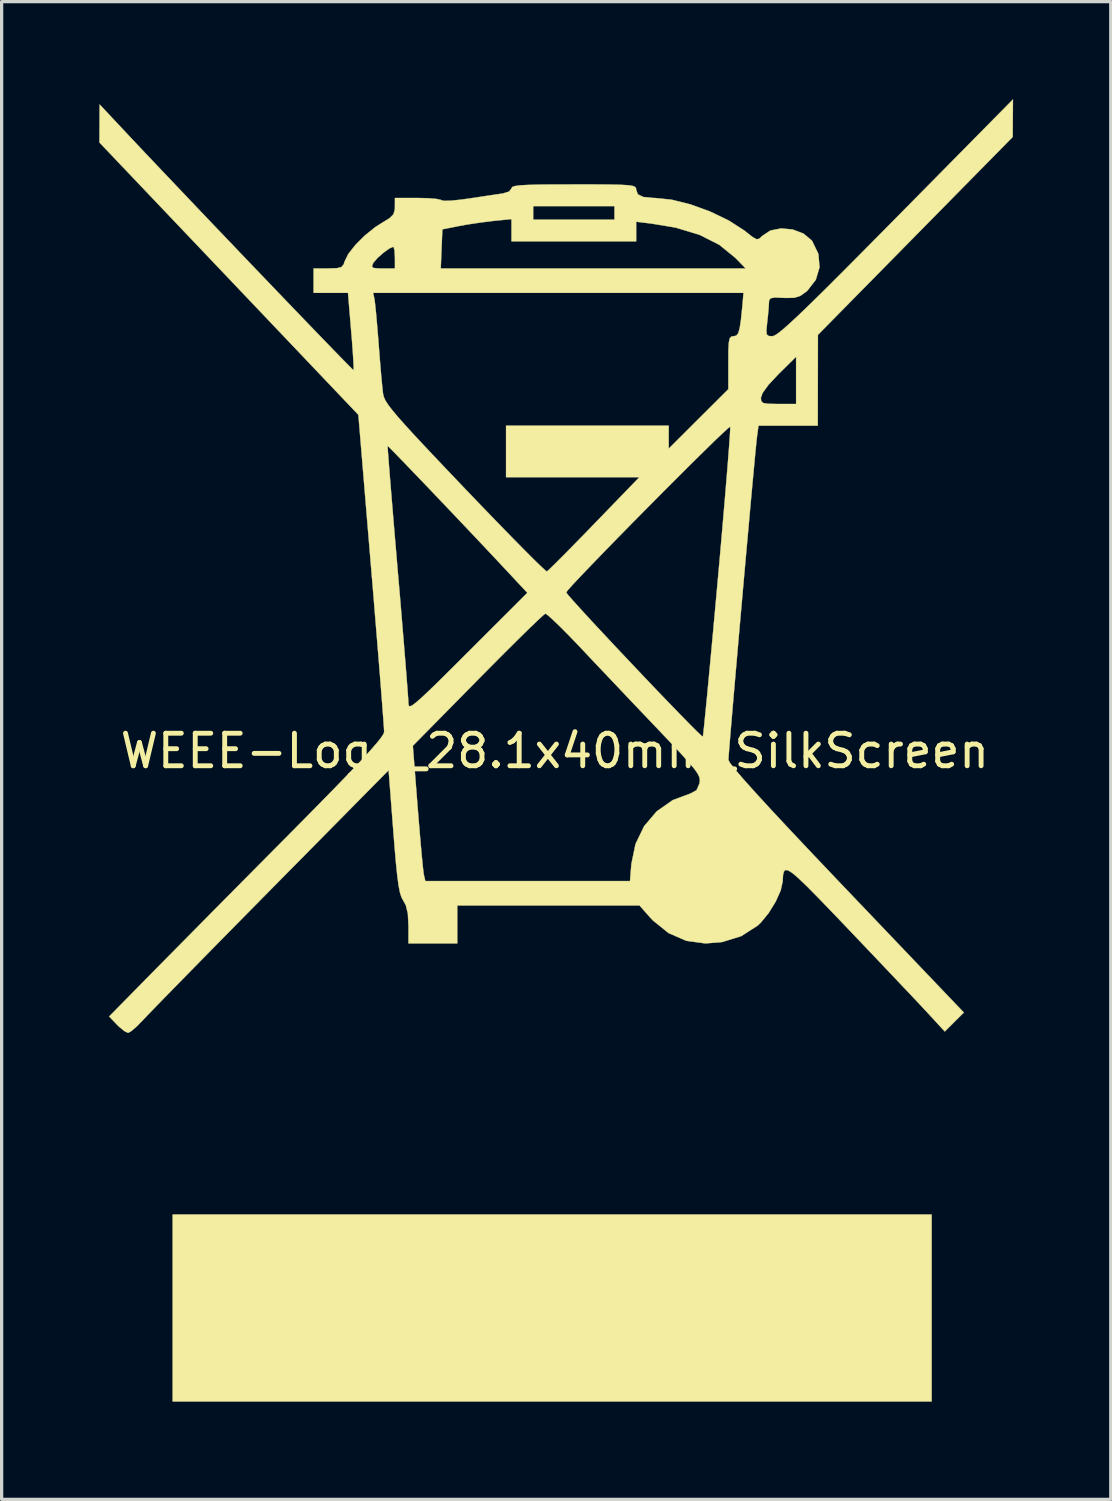
<source format=kicad_pcb>
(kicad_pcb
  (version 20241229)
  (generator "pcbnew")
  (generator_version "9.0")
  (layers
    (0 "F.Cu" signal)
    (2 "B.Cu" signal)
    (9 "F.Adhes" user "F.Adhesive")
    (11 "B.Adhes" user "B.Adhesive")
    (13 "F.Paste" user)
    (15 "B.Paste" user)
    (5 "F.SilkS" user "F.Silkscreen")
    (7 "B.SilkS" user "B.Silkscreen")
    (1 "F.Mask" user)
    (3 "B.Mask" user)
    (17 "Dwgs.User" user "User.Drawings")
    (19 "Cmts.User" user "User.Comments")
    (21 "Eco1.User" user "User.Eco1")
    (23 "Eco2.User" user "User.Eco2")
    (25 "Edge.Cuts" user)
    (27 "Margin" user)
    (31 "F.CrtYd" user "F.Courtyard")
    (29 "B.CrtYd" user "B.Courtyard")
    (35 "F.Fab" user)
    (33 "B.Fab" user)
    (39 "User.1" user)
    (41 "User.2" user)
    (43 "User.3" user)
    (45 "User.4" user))
  (footprint "WEEE-Logo_28.1x40mm_SilkScreen"
    (layer "F.Cu")
    (at 13.996 20.021)
    (property "Reference" "WEEE-Logo_28.1x40mm_SilkScreen" (at 0 0 0) (layer "F.SilkS") (effects (font (size 1 1) (thickness 0.15))))
    (attr board_only exclude_from_pos_files exclude_from_bom allow_missing_courtyard)
    (fp_poly (pts (xy 11.576 19.987) (xy -11.742 19.987) (xy -11.742 14.241) (xy 11.576 14.241) (xy 11.576 19.987)) (stroke (width 0.01) (type solid)) (fill yes) (layer "F.SilkS"))
    (fp_poly (pts (xy 14.07 -19.439) (xy 14.066 -18.863) (xy 11.074 -15.823) (xy 8.082 -12.783) (xy 8.078 -9.993) (xy 6.256 -9.993) (xy 6.209 -9.64) (xy 6.191 -9.478) (xy 6.161 -9.174) (xy 6.121 -8.746) (xy 6.071 -8.212) (xy 6.014 -7.589) (xy 5.952 -6.897) (xy 5.885 -6.153) (xy 5.815 -5.374) (xy 5.745 -4.581) (xy 5.675 -3.79) (xy 5.608 -3.019) (xy 5.544 -2.287) (xy 5.486 -1.612) (xy 5.435 -1.012) (xy 5.392 -0.505) (xy 5.36 -0.11) (xy 5.339 0.156) (xy 5.332 0.275) (xy 5.332 0.276) (xy 5.383 0.371) (xy 5.537 0.568) (xy 5.794 0.868) (xy 6.159 1.275) (xy 6.631 1.79) (xy 7.215 2.416) (xy 7.911 3.154) (xy 8.722 4.008) (xy 8.95 4.247) (xy 12.565 8.036) (xy 12.272 8.328) (xy 11.98 8.619) (xy 11.507 8.105) (xy 11.334 7.919) (xy 11.064 7.631) (xy 10.714 7.261) (xy 10.303 6.827) (xy 9.848 6.348) (xy 9.367 5.842) (xy 9.08 5.54) (xy 8.54 4.975) (xy 8.103 4.522) (xy 7.759 4.173) (xy 7.496 3.92) (xy 7.304 3.755) (xy 7.17 3.67) (xy 7.084 3.656) (xy 7.035 3.706) (xy 7.011 3.81) (xy 7.002 3.961) (xy 7.001 4.002) (xy 6.939 4.285) (xy 6.785 4.628) (xy 6.571 4.976) (xy 6.327 5.275) (xy 6.229 5.367) (xy 5.727 5.689) (xy 5.141 5.87) (xy 4.623 5.913) (xy 4.036 5.832) (xy 3.494 5.595) (xy 3.015 5.21) (xy 2.926 5.115) (xy 2.602 4.747) (xy -2.998 4.747) (xy -2.998 5.913) (xy -4.497 5.913) (xy -4.497 5.368) (xy -4.516 4.996) (xy -4.579 4.738) (xy -4.656 4.598) (xy -4.711 4.497) (xy -4.758 4.352) (xy -4.8 4.139) (xy -4.841 3.838) (xy -4.883 3.428) (xy -4.929 2.885) (xy -4.961 2.482) (xy -5.107 0.592) (xy -8.7 4.231) (xy -9.349 4.889) (xy -9.973 5.522) (xy -10.559 6.118) (xy -11.096 6.666) (xy -11.573 7.153) (xy -11.979 7.568) (xy -12.302 7.9) (xy -12.53 8.136) (xy -12.652 8.265) (xy -12.853 8.47) (xy -13.021 8.613) (xy -13.111 8.661) (xy -13.227 8.605) (xy -13.395 8.466) (xy -13.452 8.409) (xy -13.693 8.157) (xy -12.364 6.806) (xy -12.025 6.462) (xy -11.587 6.019) (xy -11.071 5.497) (xy -10.495 4.914) (xy -9.878 4.291) (xy -9.24 3.647) (xy -8.6 3.001) (xy -8.14 2.538) (xy -7.442 1.832) (xy -6.856 1.234) (xy -6.373 0.736) (xy -5.987 0.331) (xy -5.691 0.01) (xy -5.544 -0.158) (xy -4.363 -0.158) (xy -4.215 1.732) (xy -4.17 2.286) (xy -4.127 2.793) (xy -4.088 3.226) (xy -4.055 3.558) (xy -4.031 3.764) (xy -4.023 3.81) (xy -3.979 3.997) (xy 2.309 3.997) (xy 2.351 3.474) (xy 2.478 2.857) (xy 2.743 2.31) (xy 3.13 1.855) (xy 3.622 1.51) (xy 4.174 1.304) (xy 4.353 1.207) (xy 4.443 0.999) (xy 4.445 0.99) (xy 4.456 0.902) (xy 4.442 0.812) (xy 4.392 0.703) (xy 4.292 0.559) (xy 4.128 0.363) (xy 3.889 0.098) (xy 3.56 -0.253) (xy 3.13 -0.706) (xy 3.102 -0.735) (xy 2.639 -1.221) (xy 2.147 -1.739) (xy 1.66 -2.253) (xy 1.21 -2.727) (xy 0.834 -3.126) (xy 0.75 -3.215) (xy 0.427 -3.551) (xy 0.141 -3.839) (xy -0.089 -4.058) (xy -0.241 -4.19) (xy -0.293 -4.219) (xy -0.369 -4.158) (xy -0.548 -3.992) (xy -0.815 -3.735) (xy -1.156 -3.4) (xy -1.557 -3.001) (xy -2.004 -2.552) (xy -2.37 -2.182) (xy -4.363 -0.158) (xy -5.544 -0.158) (xy -5.476 -0.236) (xy -5.335 -0.413) (xy -5.26 -0.531) (xy -5.244 -0.586) (xy -5.25 -0.705) (xy -5.269 -0.974) (xy -5.3 -1.379) (xy -5.34 -1.903) (xy -5.39 -2.531) (xy -5.448 -3.247) (xy -5.513 -4.036) (xy -5.582 -4.883) (xy -5.639 -5.559) (xy -5.957 -9.374) (xy -5.138 -9.374) (xy -5.135 -9.291) (xy -5.118 -9.059) (xy -5.09 -8.695) (xy -5.051 -8.213) (xy -5.003 -7.631) (xy -4.948 -6.965) (xy -4.886 -6.232) (xy -4.827 -5.535) (xy -4.759 -4.745) (xy -4.697 -4) (xy -4.64 -3.316) (xy -4.591 -2.712) (xy -4.551 -2.206) (xy -4.521 -1.815) (xy -4.503 -1.558) (xy -4.498 -1.458) (xy -4.49 -1.396) (xy -4.459 -1.371) (xy -4.393 -1.394) (xy -4.28 -1.476) (xy -4.108 -1.625) (xy -3.864 -1.854) (xy -3.538 -2.171) (xy -3.118 -2.588) (xy -2.671 -3.034) (xy -0.845 -4.858) (xy -0.858 -4.872) (xy 0.349 -4.872) (xy 0.404 -4.796) (xy 0.558 -4.619) (xy 0.796 -4.356) (xy 1.101 -4.023) (xy 1.46 -3.638) (xy 1.855 -3.215) (xy 2.273 -2.772) (xy 2.696 -2.325) (xy 3.111 -1.889) (xy 3.501 -1.483) (xy 3.852 -1.12) (xy 4.147 -0.819) (xy 4.371 -0.595) (xy 4.509 -0.465) (xy 4.547 -0.438) (xy 4.559 -0.524) (xy 4.585 -0.761) (xy 4.622 -1.134) (xy 4.671 -1.628) (xy 4.728 -2.229) (xy 4.793 -2.922) (xy 4.864 -3.692) (xy 4.94 -4.524) (xy 5.001 -5.195) (xy 5.079 -6.065) (xy 5.15 -6.884) (xy 5.215 -7.638) (xy 5.271 -8.312) (xy 5.318 -8.891) (xy 5.354 -9.361) (xy 5.378 -9.705) (xy 5.389 -9.91) (xy 5.388 -9.963) (xy 5.323 -9.916) (xy 5.156 -9.763) (xy 4.902 -9.521) (xy 4.577 -9.203) (xy 4.193 -8.825) (xy 3.767 -8.4) (xy 3.312 -7.945) (xy 2.844 -7.473) (xy 2.376 -6.999) (xy 1.924 -6.538) (xy 1.501 -6.105) (xy 1.124 -5.714) (xy 0.805 -5.381) (xy 0.56 -5.12) (xy 0.403 -4.945) (xy 0.349 -4.872) (xy -0.858 -4.872) (xy -1.526 -5.588) (xy -1.873 -5.958) (xy -2.262 -6.372) (xy -2.678 -6.812) (xy -3.106 -7.263) (xy -3.53 -7.709) (xy -3.935 -8.134) (xy -4.306 -8.521) (xy -4.627 -8.855) (xy -4.882 -9.118) (xy -5.057 -9.296) (xy -5.135 -9.372) (xy -5.138 -9.374) (xy -5.957 -9.374) (xy -6.036 -10.327) (xy -10.013 -14.51) (xy -13.991 -18.693) (xy -13.985 -19.862) (xy -13.342 -19.176) (xy -12.983 -18.793) (xy -12.558 -18.343) (xy -12.08 -17.838) (xy -11.56 -17.291) (xy -11.01 -16.712) (xy -10.44 -16.114) (xy -9.862 -15.509) (xy -9.289 -14.909) (xy -8.73 -14.326) (xy -8.199 -13.772) (xy -7.705 -13.258) (xy -7.261 -12.797) (xy -6.878 -12.401) (xy -6.568 -12.081) (xy -6.341 -11.851) (xy -6.21 -11.72) (xy -6.182 -11.695) (xy -6.18 -11.782) (xy -6.191 -12.005) (xy -6.212 -12.333) (xy -6.243 -12.736) (xy -6.257 -12.897) (xy -6.355 -14.074) (xy -5.583 -14.074) (xy -5.543 -13.887) (xy -5.523 -13.739) (xy -5.494 -13.46) (xy -5.461 -13.086) (xy -5.425 -12.652) (xy -5.413 -12.492) (xy -5.377 -12.031) (xy -5.341 -11.603) (xy -5.308 -11.249) (xy -5.282 -11.008) (xy -5.276 -10.964) (xy -5.254 -10.875) (xy -5.206 -10.769) (xy -5.122 -10.637) (xy -4.992 -10.466) (xy -4.806 -10.245) (xy -4.553 -9.961) (xy -4.224 -9.603) (xy -3.807 -9.159) (xy -3.294 -8.617) (xy -2.77 -8.067) (xy -2.249 -7.523) (xy -1.762 -7.019) (xy -1.323 -6.568) (xy -0.942 -6.181) (xy -0.632 -5.871) (xy -0.405 -5.651) (xy -0.274 -5.532) (xy -0.246 -5.514) (xy -0.172 -5.578) (xy 0.000194 -5.746) (xy 0.255 -6) (xy 0.574 -6.324) (xy 0.942 -6.7) (xy 1.208 -6.975) (xy 2.597 -8.411) (xy -1.499 -8.411) (xy -1.499 -9.993) (xy 3.498 -9.993) (xy 3.498 -9.288) (xy 4.414 -10.202) (xy 5.064 -10.849) (xy 6.329 -10.849) (xy 6.341 -10.747) (xy 6.403 -10.69) (xy 6.55 -10.666) (xy 6.822 -10.66) (xy 6.87 -10.66) (xy 7.412 -10.66) (xy 7.412 -12.112) (xy 6.87 -11.576) (xy 6.565 -11.25) (xy 6.383 -11) (xy 6.329 -10.849) (xy 5.064 -10.849) (xy 5.33 -11.115) (xy 5.33 -11.928) (xy 5.332 -12.302) (xy 5.344 -12.541) (xy 5.371 -12.673) (xy 5.419 -12.73) (xy 5.491 -12.742) (xy 5.572 -12.759) (xy 5.631 -12.829) (xy 5.677 -12.978) (xy 5.716 -13.233) (xy 5.756 -13.62) (xy 5.769 -13.762) (xy 5.796 -14.074) (xy -5.583 -14.074) (xy -6.355 -14.074) (xy -7.412 -14.074) (xy -7.412 -14.824) (xy -6.963 -14.824) (xy -6.7 -14.831) (xy -6.557 -14.866) (xy -6.54 -14.886) (xy -5.62 -14.886) (xy -5.572 -14.839) (xy -5.404 -14.824) (xy -5.291 -14.824) (xy -4.913 -14.824) (xy -3.505 -14.824) (xy 5.863 -14.824) (xy 5.546 -15.148) (xy 5.054 -15.549) (xy 4.445 -15.857) (xy 3.709 -16.079) (xy 2.977 -16.201) (xy 2.498 -16.259) (xy 2.498 -15.656) (xy -1.332 -15.656) (xy -1.332 -16.34) (xy -1.895 -16.283) (xy -2.287 -16.234) (xy -2.706 -16.171) (xy -2.956 -16.125) (xy -3.456 -16.025) (xy -3.481 -15.424) (xy -3.505 -14.824) (xy -4.913 -14.824) (xy -4.913 -15.157) (xy -4.924 -15.365) (xy -4.952 -15.481) (xy -4.963 -15.49) (xy -5.086 -15.436) (xy -5.266 -15.307) (xy -5.447 -15.147) (xy -5.572 -15.003) (xy -5.583 -14.984) (xy -5.62 -14.886) (xy -6.54 -14.886) (xy -6.488 -14.947) (xy -6.46 -15.037) (xy -6.346 -15.268) (xy -6.127 -15.547) (xy -5.841 -15.833) (xy -5.525 -16.088) (xy -5.317 -16.221) (xy -5.081 -16.366) (xy -4.959 -16.488) (xy -4.917 -16.632) (xy -4.914 -16.718) (xy -4.914 -16.739) (xy -0.666 -16.739) (xy -0.666 -16.323) (xy 1.832 -16.323) (xy 1.832 -16.739) (xy -0.666 -16.739) (xy -4.914 -16.739) (xy -4.913 -16.989) (xy -4.213 -16.989) (xy -3.89 -16.981) (xy -3.639 -16.96) (xy -3.499 -16.93) (xy -3.484 -16.918) (xy -3.395 -16.9) (xy -3.18 -16.907) (xy -2.874 -16.939) (xy -2.665 -16.968) (xy -2.286 -17.025) (xy -1.94 -17.077) (xy -1.679 -17.115) (xy -1.603 -17.126) (xy -1.404 -17.187) (xy -1.332 -17.284) (xy -1.311 -17.324) (xy -1.233 -17.354) (xy -1.081 -17.376) (xy -0.836 -17.39) (xy -0.479 -17.4) (xy 0.009 -17.404) (xy 0.583 -17.405) (xy 1.196 -17.405) (xy 1.662 -17.402) (xy 2.001 -17.395) (xy 2.234 -17.382) (xy 2.38 -17.362) (xy 2.46 -17.333) (xy 2.492 -17.294) (xy 2.498 -17.248) (xy 2.549 -17.102) (xy 2.716 -17.019) (xy 3.02 -16.989) (xy 3.075 -16.989) (xy 3.589 -16.936) (xy 4.174 -16.79) (xy 4.776 -16.57) (xy 5.342 -16.297) (xy 5.82 -15.99) (xy 5.882 -15.941) (xy 6.083 -15.783) (xy 6.203 -15.719) (xy 6.286 -15.74) (xy 6.372 -15.824) (xy 6.625 -15.99) (xy 6.954 -16.054) (xy 7.309 -16.02) (xy 7.637 -15.896) (xy 7.89 -15.686) (xy 7.908 -15.661) (xy 8.097 -15.269) (xy 8.132 -14.862) (xy 8.017 -14.475) (xy 7.757 -14.139) (xy 7.725 -14.112) (xy 7.54 -13.98) (xy 7.352 -13.922) (xy 7.088 -13.918) (xy 7.022 -13.921) (xy 6.764 -13.931) (xy 6.631 -13.909) (xy 6.583 -13.844) (xy 6.578 -13.783) (xy 6.568 -13.605) (xy 6.543 -13.338) (xy 6.525 -13.179) (xy 6.499 -12.925) (xy 6.51 -12.796) (xy 6.573 -12.748) (xy 6.685 -12.742) (xy 6.751 -12.763) (xy 6.859 -12.833) (xy 7.015 -12.957) (xy 7.227 -13.146) (xy 7.505 -13.405) (xy 7.855 -13.742) (xy 8.285 -14.165) (xy 8.804 -14.682) (xy 9.419 -15.301) (xy 10.139 -16.028) (xy 10.486 -16.379) (xy 14.074 -20.016) (xy 14.07 -19.439)) (stroke (width 0.01) (type solid)) (fill yes) (layer "F.SilkS")))
  (gr_rect
    (start -3 -3)
    (end 31.075 43.013)
    (stroke (width 0.1) (type default))
    (fill no)
    (layer "Edge.Cuts")))
</source>
